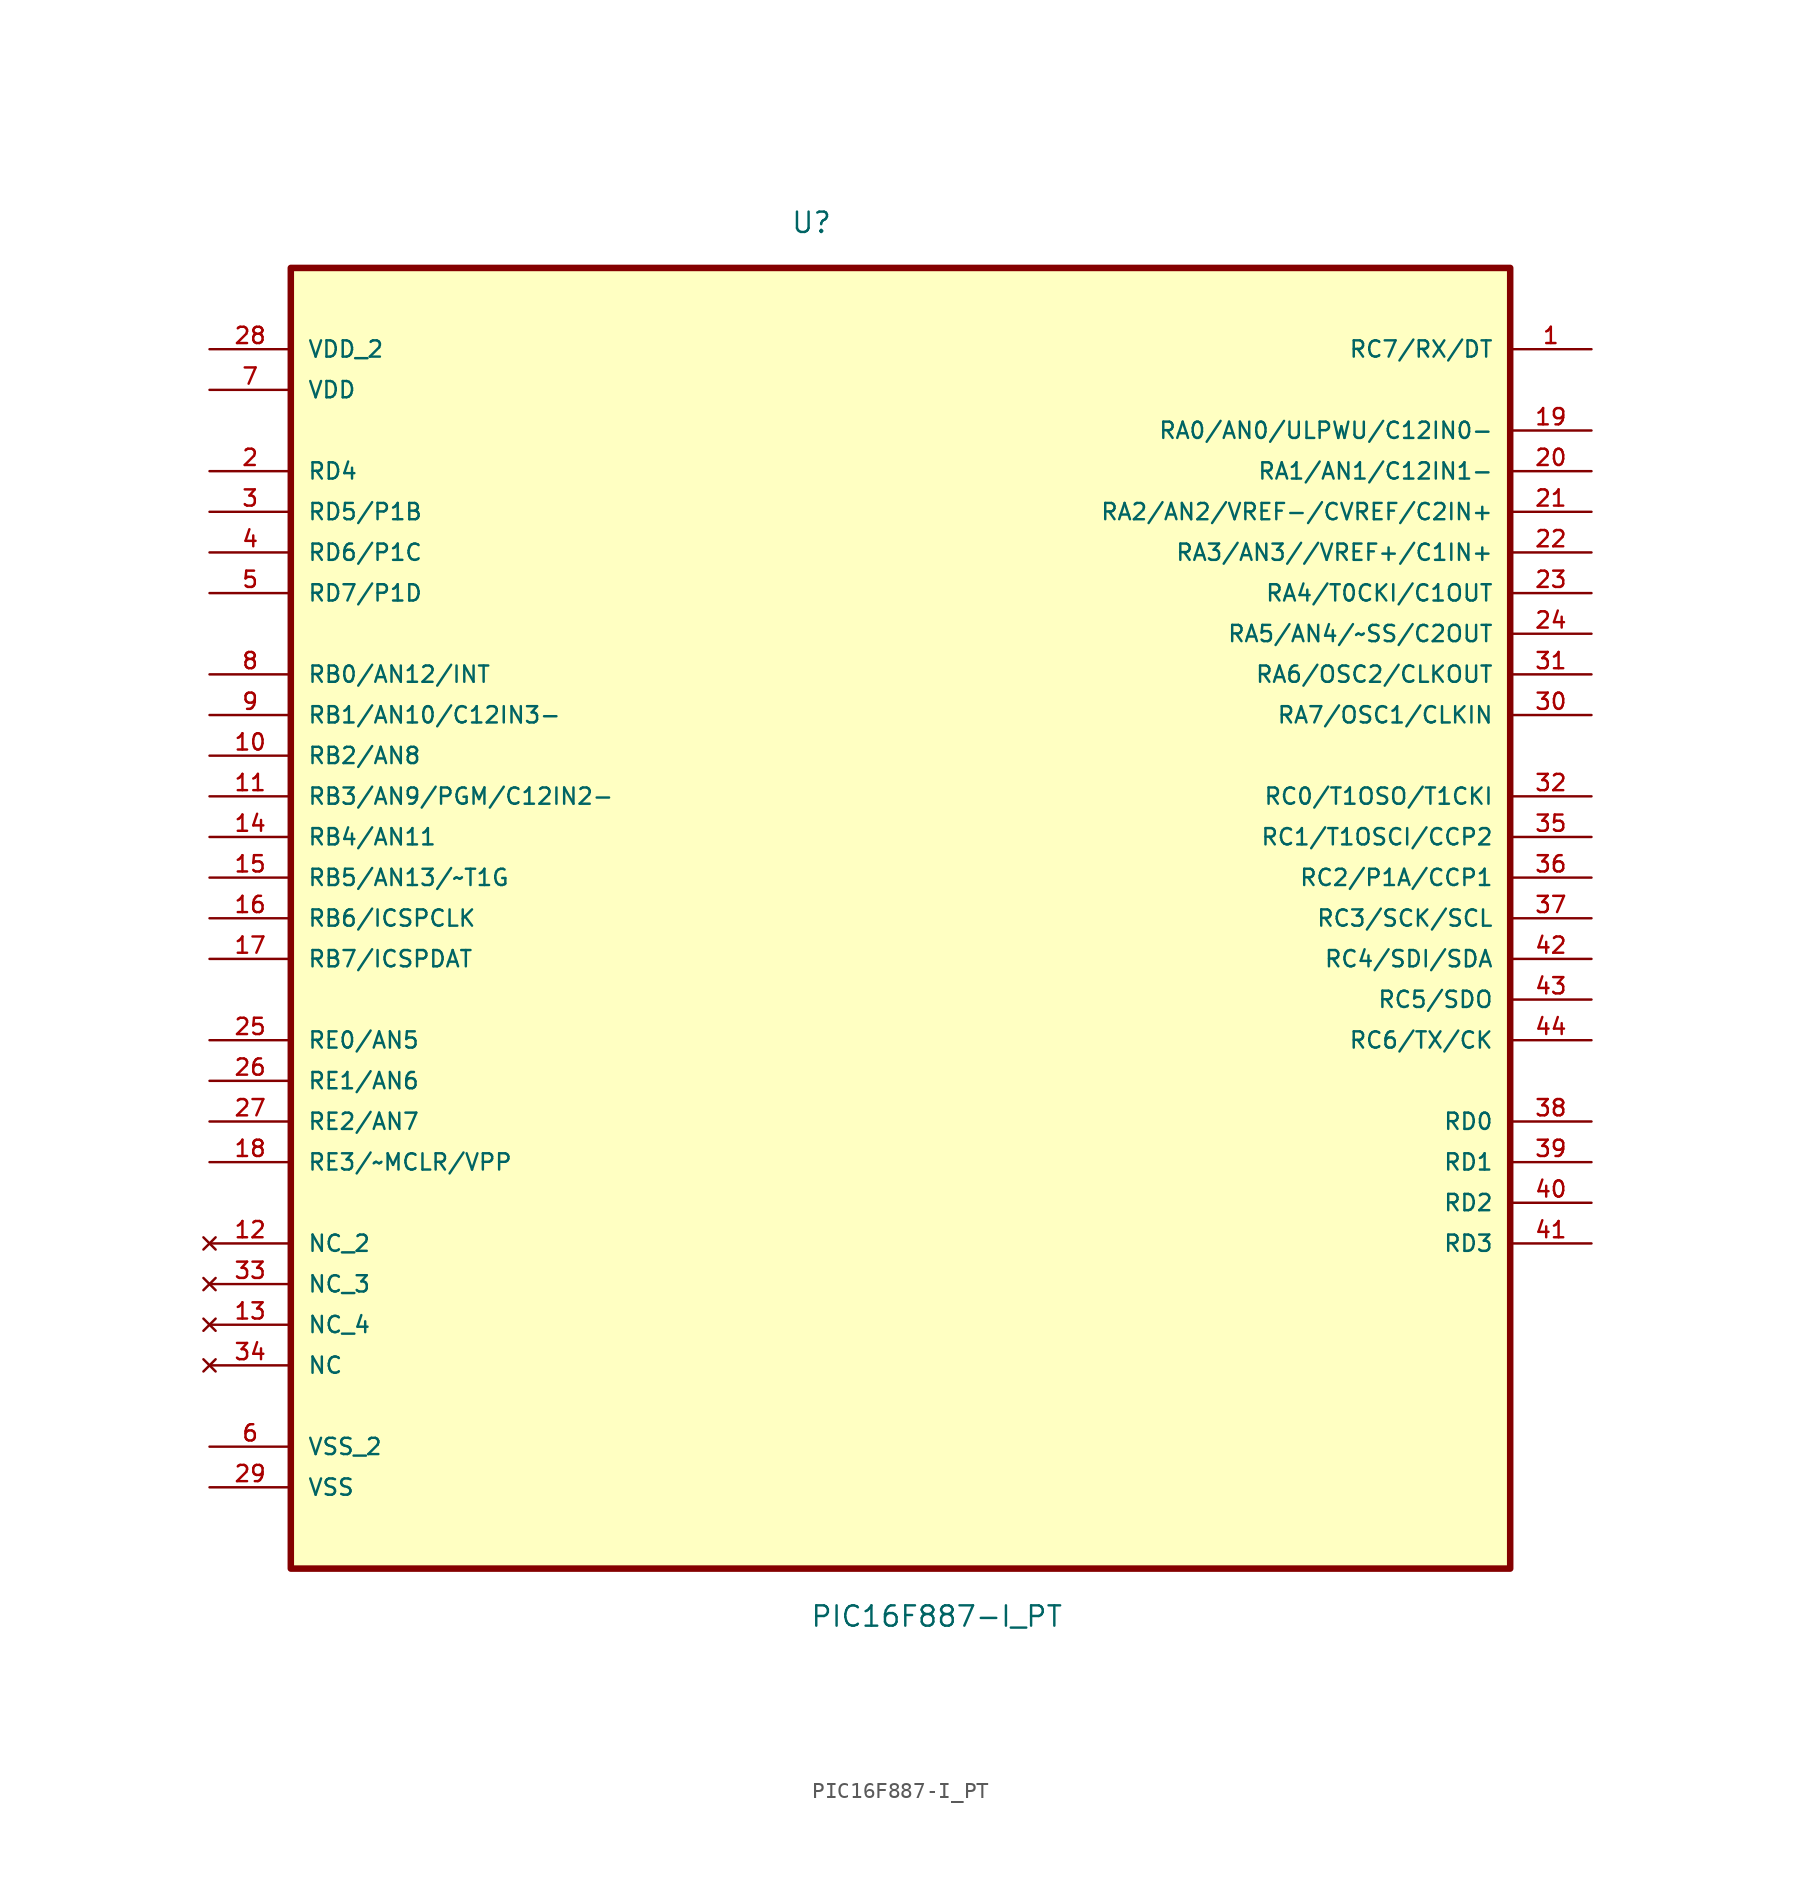
<source format=kicad_sym>
(kicad_symbol_lib
  (version 20211014)
  (generator kicad_symbol_editor)
  (symbol "PIC16F887-I_PT"
    (pin_names
      (offset 1.016))
    (property "Reference" "U"
      (at -6.872 40.186 0.0)
      (effects (font (size 1.27 1.27)) (justify bottom left)))
    (property "Value" "PIC16F887-I_PT"
      (at -5.667 -46.909 0.0)
      (effects (font (size 1.27 1.27)) (justify bottom left)))
    (symbol "PIC16F887-I_PT_0_0"
      (rectangle (start -38.1 -43.18) (end 38.1 38.1) (stroke (width 0.406)) (fill (type background)))
      (pin power_in line (at -43.18 33.02 0) (length 5.08) (name "VDD_2" (effects (font (size 1.016 1.016)))) (number "28" (effects (font (size 1.016 1.016)))))
      (pin power_in line (at -43.18 30.48 0) (length 5.08) (name "VDD" (effects (font (size 1.016 1.016)))) (number "7" (effects (font (size 1.016 1.016)))))
      (pin bidirectional line (at -43.18 25.4 0) (length 5.08) (name "RD4" (effects (font (size 1.016 1.016)))) (number "2" (effects (font (size 1.016 1.016)))))
      (pin bidirectional line (at -43.18 22.86 0) (length 5.08) (name "RD5/P1B" (effects (font (size 1.016 1.016)))) (number "3" (effects (font (size 1.016 1.016)))))
      (pin bidirectional line (at -43.18 20.32 0) (length 5.08) (name "RD6/P1C" (effects (font (size 1.016 1.016)))) (number "4" (effects (font (size 1.016 1.016)))))
      (pin bidirectional line (at -43.18 17.78 0) (length 5.08) (name "RD7/P1D" (effects (font (size 1.016 1.016)))) (number "5" (effects (font (size 1.016 1.016)))))
      (pin bidirectional line (at -43.18 12.7 0) (length 5.08) (name "RB0/AN12/INT" (effects (font (size 1.016 1.016)))) (number "8" (effects (font (size 1.016 1.016)))))
      (pin bidirectional line (at -43.18 10.16 0) (length 5.08) (name "RB1/AN10/C12IN3-" (effects (font (size 1.016 1.016)))) (number "9" (effects (font (size 1.016 1.016)))))
      (pin bidirectional line (at -43.18 7.62 0) (length 5.08) (name "RB2/AN8" (effects (font (size 1.016 1.016)))) (number "10" (effects (font (size 1.016 1.016)))))
      (pin bidirectional line (at -43.18 5.08 0) (length 5.08) (name "RB3/AN9/PGM/C12IN2-" (effects (font (size 1.016 1.016)))) (number "11" (effects (font (size 1.016 1.016)))))
      (pin bidirectional line (at -43.18 2.54 0) (length 5.08) (name "RB4/AN11" (effects (font (size 1.016 1.016)))) (number "14" (effects (font (size 1.016 1.016)))))
      (pin bidirectional line (at -43.18 0.0 0) (length 5.08) (name "RB5/AN13/~T1G" (effects (font (size 1.016 1.016)))) (number "15" (effects (font (size 1.016 1.016)))))
      (pin bidirectional line (at -43.18 -2.54 0) (length 5.08) (name "RB6/ICSPCLK" (effects (font (size 1.016 1.016)))) (number "16" (effects (font (size 1.016 1.016)))))
      (pin bidirectional line (at -43.18 -5.08 0) (length 5.08) (name "RB7/ICSPDAT" (effects (font (size 1.016 1.016)))) (number "17" (effects (font (size 1.016 1.016)))))
      (pin bidirectional line (at -43.18 -10.16 0) (length 5.08) (name "RE0/AN5" (effects (font (size 1.016 1.016)))) (number "25" (effects (font (size 1.016 1.016)))))
      (pin bidirectional line (at -43.18 -12.7 0) (length 5.08) (name "RE1/AN6" (effects (font (size 1.016 1.016)))) (number "26" (effects (font (size 1.016 1.016)))))
      (pin bidirectional line (at -43.18 -15.24 0) (length 5.08) (name "RE2/AN7" (effects (font (size 1.016 1.016)))) (number "27" (effects (font (size 1.016 1.016)))))
      (pin bidirectional line (at -43.18 -17.78 0) (length 5.08) (name "RE3/~MCLR/VPP" (effects (font (size 1.016 1.016)))) (number "18" (effects (font (size 1.016 1.016)))))
      (pin no_connect line (at -43.18 -22.86 0) (length 5.08) (name "NC_2" (effects (font (size 1.016 1.016)))) (number "12" (effects (font (size 1.016 1.016)))))
      (pin no_connect line (at -43.18 -25.4 0) (length 5.08) (name "NC_3" (effects (font (size 1.016 1.016)))) (number "33" (effects (font (size 1.016 1.016)))))
      (pin no_connect line (at -43.18 -27.94 0) (length 5.08) (name "NC_4" (effects (font (size 1.016 1.016)))) (number "13" (effects (font (size 1.016 1.016)))))
      (pin no_connect line (at -43.18 -30.48 0) (length 5.08) (name "NC" (effects (font (size 1.016 1.016)))) (number "34" (effects (font (size 1.016 1.016)))))
      (pin passive line (at -43.18 -35.56 0) (length 5.08) (name "VSS_2" (effects (font (size 1.016 1.016)))) (number "6" (effects (font (size 1.016 1.016)))))
      (pin passive line (at -43.18 -38.1 0) (length 5.08) (name "VSS" (effects (font (size 1.016 1.016)))) (number "29" (effects (font (size 1.016 1.016)))))
      (pin bidirectional line (at 43.18 33.02 180.0) (length 5.08) (name "RC7/RX/DT" (effects (font (size 1.016 1.016)))) (number "1" (effects (font (size 1.016 1.016)))))
      (pin bidirectional line (at 43.18 27.94 180.0) (length 5.08) (name "RA0/AN0/ULPWU/C12IN0-" (effects (font (size 1.016 1.016)))) (number "19" (effects (font (size 1.016 1.016)))))
      (pin bidirectional line (at 43.18 25.4 180.0) (length 5.08) (name "RA1/AN1/C12IN1-" (effects (font (size 1.016 1.016)))) (number "20" (effects (font (size 1.016 1.016)))))
      (pin bidirectional line (at 43.18 22.86 180.0) (length 5.08) (name "RA2/AN2/VREF-/CVREF/C2IN+" (effects (font (size 1.016 1.016)))) (number "21" (effects (font (size 1.016 1.016)))))
      (pin bidirectional line (at 43.18 20.32 180.0) (length 5.08) (name "RA3/AN3//VREF+/C1IN+" (effects (font (size 1.016 1.016)))) (number "22" (effects (font (size 1.016 1.016)))))
      (pin bidirectional line (at 43.18 17.78 180.0) (length 5.08) (name "RA4/T0CKI/C1OUT" (effects (font (size 1.016 1.016)))) (number "23" (effects (font (size 1.016 1.016)))))
      (pin bidirectional line (at 43.18 15.24 180.0) (length 5.08) (name "RA5/AN4/~SS/C2OUT" (effects (font (size 1.016 1.016)))) (number "24" (effects (font (size 1.016 1.016)))))
      (pin bidirectional line (at 43.18 12.7 180.0) (length 5.08) (name "RA6/OSC2/CLKOUT" (effects (font (size 1.016 1.016)))) (number "31" (effects (font (size 1.016 1.016)))))
      (pin bidirectional line (at 43.18 10.16 180.0) (length 5.08) (name "RA7/OSC1/CLKIN" (effects (font (size 1.016 1.016)))) (number "30" (effects (font (size 1.016 1.016)))))
      (pin bidirectional line (at 43.18 5.08 180.0) (length 5.08) (name "RC0/T1OSO/T1CKI" (effects (font (size 1.016 1.016)))) (number "32" (effects (font (size 1.016 1.016)))))
      (pin bidirectional line (at 43.18 2.54 180.0) (length 5.08) (name "RC1/T1OSCI/CCP2" (effects (font (size 1.016 1.016)))) (number "35" (effects (font (size 1.016 1.016)))))
      (pin bidirectional line (at 43.18 0.0 180.0) (length 5.08) (name "RC2/P1A/CCP1" (effects (font (size 1.016 1.016)))) (number "36" (effects (font (size 1.016 1.016)))))
      (pin bidirectional line (at 43.18 -2.54 180.0) (length 5.08) (name "RC3/SCK/SCL" (effects (font (size 1.016 1.016)))) (number "37" (effects (font (size 1.016 1.016)))))
      (pin bidirectional line (at 43.18 -5.08 180.0) (length 5.08) (name "RC4/SDI/SDA" (effects (font (size 1.016 1.016)))) (number "42" (effects (font (size 1.016 1.016)))))
      (pin bidirectional line (at 43.18 -7.62 180.0) (length 5.08) (name "RC5/SDO" (effects (font (size 1.016 1.016)))) (number "43" (effects (font (size 1.016 1.016)))))
      (pin bidirectional line (at 43.18 -10.16 180.0) (length 5.08) (name "RC6/TX/CK" (effects (font (size 1.016 1.016)))) (number "44" (effects (font (size 1.016 1.016)))))
      (pin bidirectional line (at 43.18 -15.24 180.0) (length 5.08) (name "RD0" (effects (font (size 1.016 1.016)))) (number "38" (effects (font (size 1.016 1.016)))))
      (pin bidirectional line (at 43.18 -17.78 180.0) (length 5.08) (name "RD1" (effects (font (size 1.016 1.016)))) (number "39" (effects (font (size 1.016 1.016)))))
      (pin bidirectional line (at 43.18 -20.32 180.0) (length 5.08) (name "RD2" (effects (font (size 1.016 1.016)))) (number "40" (effects (font (size 1.016 1.016)))))
      (pin bidirectional line (at 43.18 -22.86 180.0) (length 5.08) (name "RD3" (effects (font (size 1.016 1.016)))) (number "41" (effects (font (size 1.016 1.016))))))))
</source>
